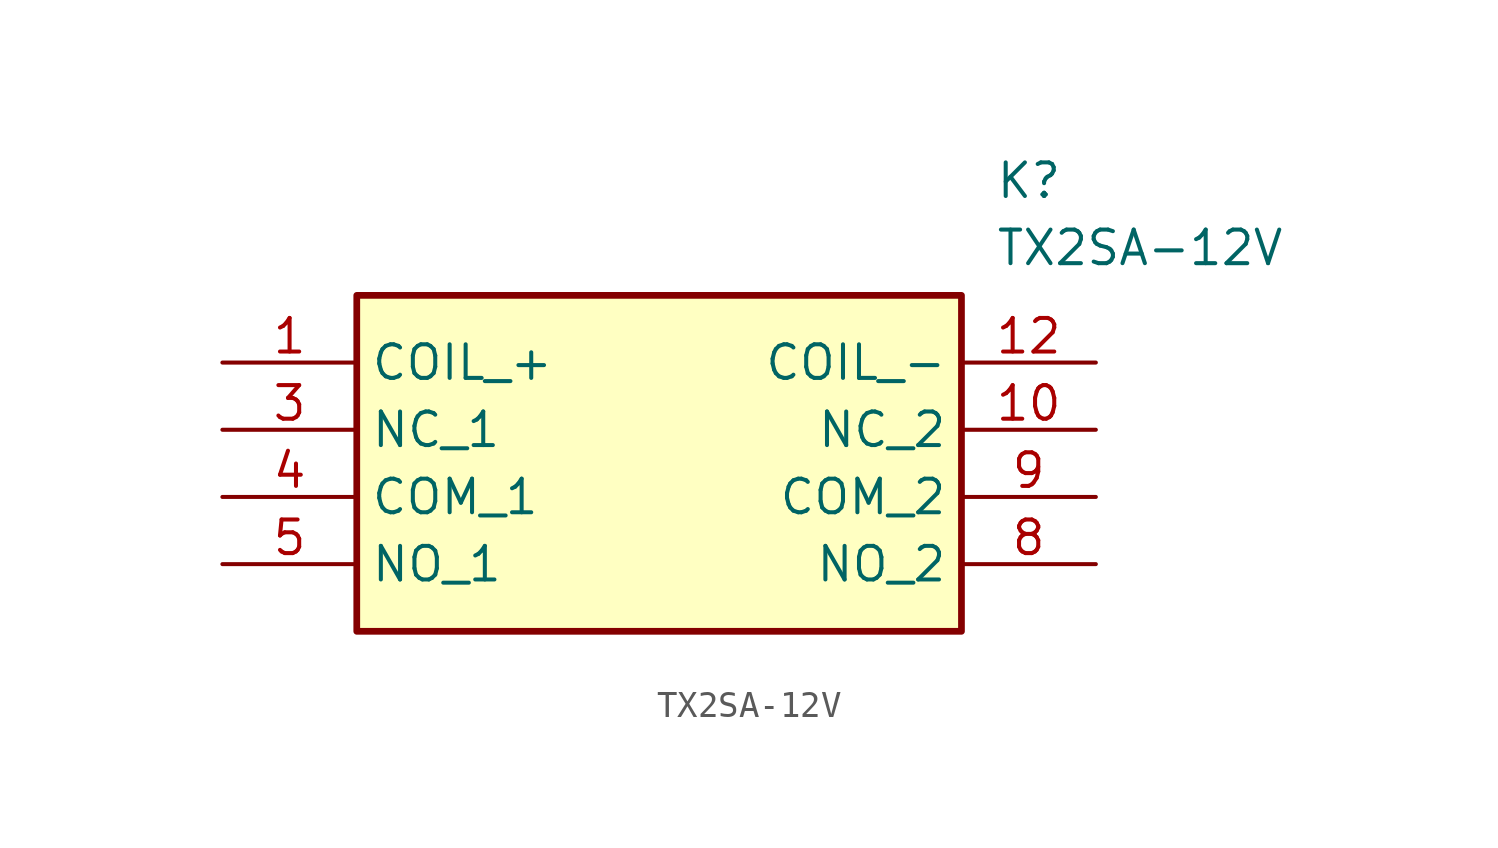
<source format=kicad_sym>
(kicad_symbol_lib
  (version 20211014)
  (generator SamacSys_ECAD_Model)
  (symbol "TX2SA-12V"
    (property "Reference" "K"
      (at 29.21 7.62 0)
      (effects (font (size 1.27 1.27)) (justify left top)))
    (property "Value" "TX2SA-12V"
      (at 29.21 5.08 0)
      (effects (font (size 1.27 1.27)) (justify left top)))
    (rectangle
      (start 5.08 2.54)
      (end 27.94 -10.16)
      (stroke (width 0.254) (type default))
      (fill (type background)))
    (pin passive line
      (at 0 0 0)
      (length 5.08)
      (name "COIL_+" (effects (font (size 1.27 1.27))))
      (number "1" (effects (font (size 1.27 1.27)))))
    (pin passive line
      (at 0 -2.54 0)
      (length 5.08)
      (name "NC_1" (effects (font (size 1.27 1.27))))
      (number "3" (effects (font (size 1.27 1.27)))))
    (pin passive line
      (at 0 -5.08 0)
      (length 5.08)
      (name "COM_1" (effects (font (size 1.27 1.27))))
      (number "4" (effects (font (size 1.27 1.27)))))
    (pin passive line
      (at 0 -7.62 0)
      (length 5.08)
      (name "NO_1" (effects (font (size 1.27 1.27))))
      (number "5" (effects (font (size 1.27 1.27)))))
    (pin passive line
      (at 33.02 -7.62 180)
      (length 5.08)
      (name "NO_2" (effects (font (size 1.27 1.27))))
      (number "8" (effects (font (size 1.27 1.27)))))
    (pin passive line
      (at 33.02 -5.08 180)
      (length 5.08)
      (name "COM_2" (effects (font (size 1.27 1.27))))
      (number "9" (effects (font (size 1.27 1.27)))))
    (pin passive line
      (at 33.02 -2.54 180)
      (length 5.08)
      (name "NC_2" (effects (font (size 1.27 1.27))))
      (number "10" (effects (font (size 1.27 1.27)))))
    (pin passive line
      (at 33.02 0 180)
      (length 5.08)
      (name "COIL_-" (effects (font (size 1.27 1.27))))
      (number "12" (effects (font (size 1.27 1.27)))))))
</source>
